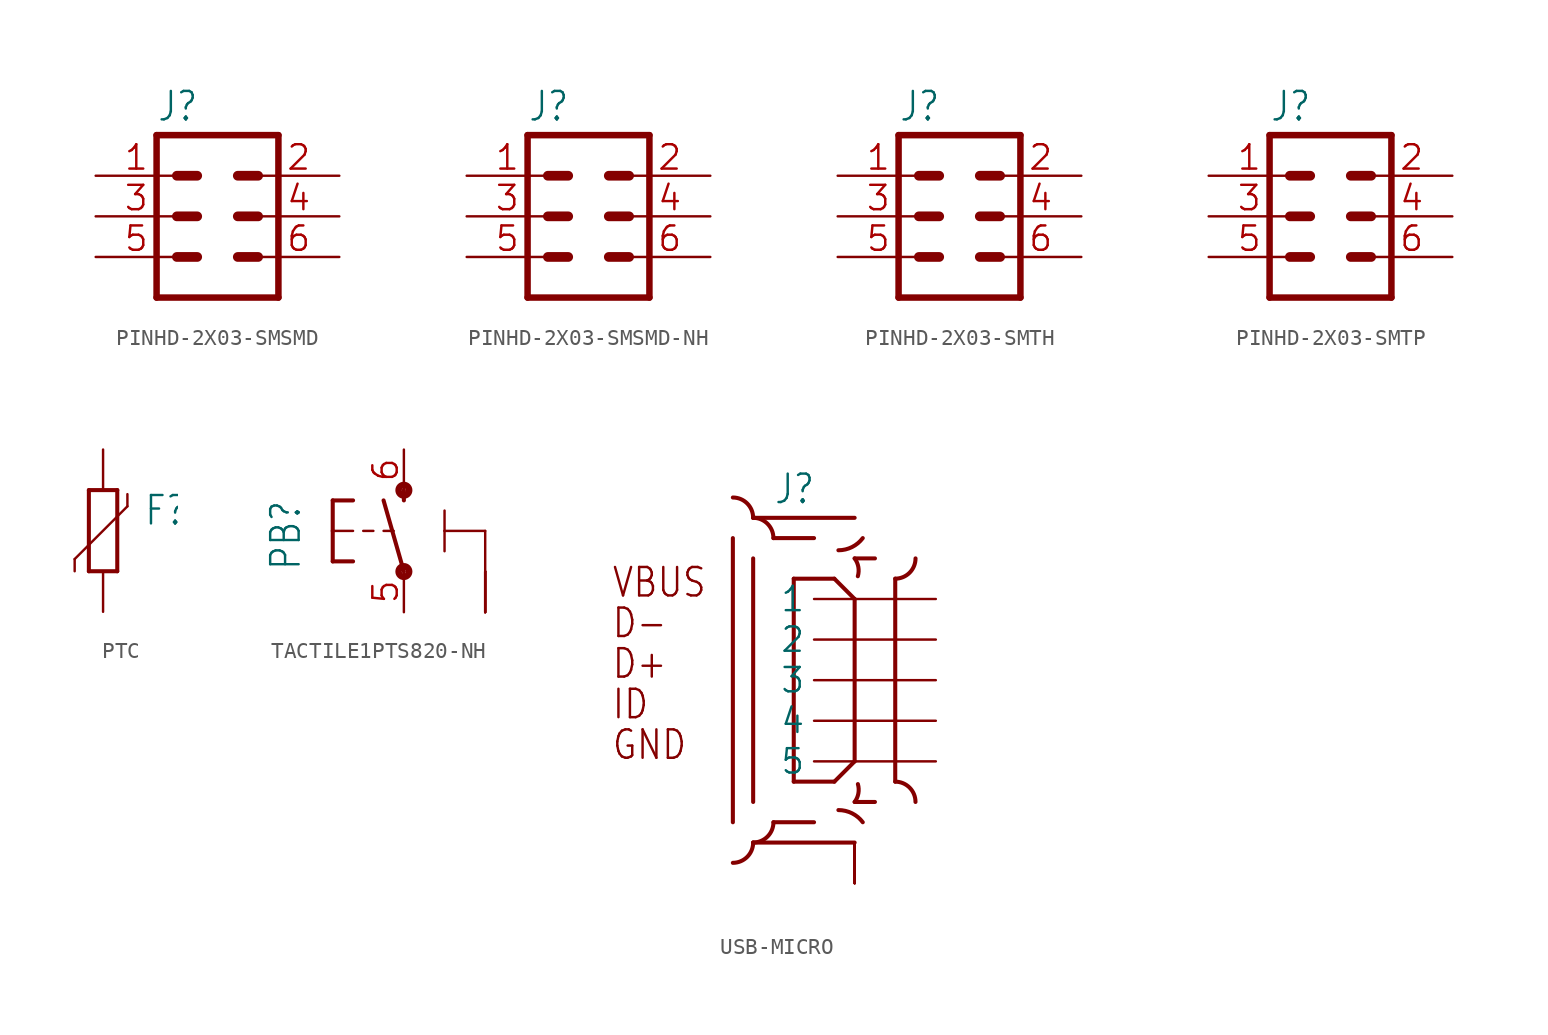
<source format=kicad_sym>
(kicad_symbol_lib
  (version 20241209)
  (generator "kicad_symbol_editor")
  (generator_version "9.0")
  (symbol "PINHD-2X03-SMSMD"
    (property "Reference" "J"
      (at -3.81 5.842 0)
      (effects (font (size 1.778 1.511)) (justify left bottom)))
    (property "ki_locked" ""
      (at 0 0 0)
      (effects (font (size 1.27 1.27))))
    (symbol "PINHD-2X03-SMSMD_1_0"
      (polyline (pts (xy -3.81 5.08) (xy -3.81 -5.08)) (stroke (width 0.406) (type solid)) (fill (type none)))
      (polyline (pts (xy -3.81 5.08) (xy 3.81 5.08)) (stroke (width 0.406) (type solid)) (fill (type none)))
      (polyline (pts (xy -2.54 2.54) (xy -1.27 2.54)) (stroke (width 0.61) (type solid)) (fill (type none)))
      (polyline (pts (xy -2.54 0) (xy -1.27 0)) (stroke (width 0.61) (type solid)) (fill (type none)))
      (polyline (pts (xy -2.54 -2.54) (xy -1.27 -2.54)) (stroke (width 0.61) (type solid)) (fill (type none)))
      (polyline (pts (xy 1.27 2.54) (xy 2.54 2.54)) (stroke (width 0.61) (type solid)) (fill (type none)))
      (polyline (pts (xy 1.27 0) (xy 2.54 0)) (stroke (width 0.61) (type solid)) (fill (type none)))
      (polyline (pts (xy 1.27 -2.54) (xy 2.54 -2.54)) (stroke (width 0.61) (type solid)) (fill (type none)))
      (polyline (pts (xy 3.81 -5.08) (xy -3.81 -5.08)) (stroke (width 0.406) (type solid)) (fill (type none)))
      (polyline (pts (xy 3.81 -5.08) (xy 3.81 5.08)) (stroke (width 0.406) (type solid)) (fill (type none)))
      (pin passive line (at -7.62 2.54 0) (length 5.08) (name "1" (effects (font (size 0 0)))) (number "1" (effects (font (size 1.524 1.524)))))
      (pin passive line (at -7.62 0 0) (length 5.08) (name "3" (effects (font (size 0 0)))) (number "3" (effects (font (size 1.524 1.524)))))
      (pin passive line (at -7.62 -2.54 0) (length 5.08) (name "5" (effects (font (size 0 0)))) (number "5" (effects (font (size 1.524 1.524)))))
      (pin passive line (at 7.62 2.54 180) (length 5.08) (name "2" (effects (font (size 0 0)))) (number "2" (effects (font (size 1.524 1.524)))))
      (pin passive line (at 7.62 0 180) (length 5.08) (name "4" (effects (font (size 0 0)))) (number "4" (effects (font (size 1.524 1.524)))))
      (pin passive line (at 7.62 -2.54 180) (length 5.08) (name "6" (effects (font (size 0 0)))) (number "6" (effects (font (size 1.524 1.524)))))))
  (symbol "PINHD-2X03-SMSMD-NH"
    (property "Reference" "J"
      (at -3.81 5.842 0)
      (effects (font (size 1.778 1.511)) (justify left bottom)))
    (property "ki_locked" ""
      (at 0 0 0)
      (effects (font (size 1.27 1.27))))
    (symbol "PINHD-2X03-SMSMD-NH_1_0"
      (polyline (pts (xy -3.81 5.08) (xy -3.81 -5.08)) (stroke (width 0.406) (type solid)) (fill (type none)))
      (polyline (pts (xy -3.81 5.08) (xy 3.81 5.08)) (stroke (width 0.406) (type solid)) (fill (type none)))
      (polyline (pts (xy -2.54 2.54) (xy -1.27 2.54)) (stroke (width 0.61) (type solid)) (fill (type none)))
      (polyline (pts (xy -2.54 0) (xy -1.27 0)) (stroke (width 0.61) (type solid)) (fill (type none)))
      (polyline (pts (xy -2.54 -2.54) (xy -1.27 -2.54)) (stroke (width 0.61) (type solid)) (fill (type none)))
      (polyline (pts (xy 1.27 2.54) (xy 2.54 2.54)) (stroke (width 0.61) (type solid)) (fill (type none)))
      (polyline (pts (xy 1.27 0) (xy 2.54 0)) (stroke (width 0.61) (type solid)) (fill (type none)))
      (polyline (pts (xy 1.27 -2.54) (xy 2.54 -2.54)) (stroke (width 0.61) (type solid)) (fill (type none)))
      (polyline (pts (xy 3.81 -5.08) (xy -3.81 -5.08)) (stroke (width 0.406) (type solid)) (fill (type none)))
      (polyline (pts (xy 3.81 -5.08) (xy 3.81 5.08)) (stroke (width 0.406) (type solid)) (fill (type none)))
      (pin passive line (at -7.62 2.54 0) (length 5.08) (name "1" (effects (font (size 0 0)))) (number "1" (effects (font (size 1.524 1.524)))))
      (pin passive line (at -7.62 0 0) (length 5.08) (name "3" (effects (font (size 0 0)))) (number "3" (effects (font (size 1.524 1.524)))))
      (pin passive line (at -7.62 -2.54 0) (length 5.08) (name "5" (effects (font (size 0 0)))) (number "5" (effects (font (size 1.524 1.524)))))
      (pin passive line (at 7.62 2.54 180) (length 5.08) (name "2" (effects (font (size 0 0)))) (number "2" (effects (font (size 1.524 1.524)))))
      (pin passive line (at 7.62 0 180) (length 5.08) (name "4" (effects (font (size 0 0)))) (number "4" (effects (font (size 1.524 1.524)))))
      (pin passive line (at 7.62 -2.54 180) (length 5.08) (name "6" (effects (font (size 0 0)))) (number "6" (effects (font (size 1.524 1.524)))))))
  (symbol "PINHD-2X03-SMTH"
    (property "Reference" "J"
      (at -3.81 5.842 0)
      (effects (font (size 1.778 1.511)) (justify left bottom)))
    (property "ki_locked" ""
      (at 0 0 0)
      (effects (font (size 1.27 1.27))))
    (symbol "PINHD-2X03-SMTH_1_0"
      (polyline (pts (xy -3.81 5.08) (xy -3.81 -5.08)) (stroke (width 0.406) (type solid)) (fill (type none)))
      (polyline (pts (xy -3.81 5.08) (xy 3.81 5.08)) (stroke (width 0.406) (type solid)) (fill (type none)))
      (polyline (pts (xy -2.54 2.54) (xy -1.27 2.54)) (stroke (width 0.61) (type solid)) (fill (type none)))
      (polyline (pts (xy -2.54 0) (xy -1.27 0)) (stroke (width 0.61) (type solid)) (fill (type none)))
      (polyline (pts (xy -2.54 -2.54) (xy -1.27 -2.54)) (stroke (width 0.61) (type solid)) (fill (type none)))
      (polyline (pts (xy 1.27 2.54) (xy 2.54 2.54)) (stroke (width 0.61) (type solid)) (fill (type none)))
      (polyline (pts (xy 1.27 0) (xy 2.54 0)) (stroke (width 0.61) (type solid)) (fill (type none)))
      (polyline (pts (xy 1.27 -2.54) (xy 2.54 -2.54)) (stroke (width 0.61) (type solid)) (fill (type none)))
      (polyline (pts (xy 3.81 -5.08) (xy -3.81 -5.08)) (stroke (width 0.406) (type solid)) (fill (type none)))
      (polyline (pts (xy 3.81 -5.08) (xy 3.81 5.08)) (stroke (width 0.406) (type solid)) (fill (type none)))
      (pin passive line (at -7.62 2.54 0) (length 5.08) (name "1" (effects (font (size 0 0)))) (number "1" (effects (font (size 1.524 1.524)))))
      (pin passive line (at -7.62 0 0) (length 5.08) (name "3" (effects (font (size 0 0)))) (number "3" (effects (font (size 1.524 1.524)))))
      (pin passive line (at -7.62 -2.54 0) (length 5.08) (name "5" (effects (font (size 0 0)))) (number "5" (effects (font (size 1.524 1.524)))))
      (pin passive line (at 7.62 2.54 180) (length 5.08) (name "2" (effects (font (size 0 0)))) (number "2" (effects (font (size 1.524 1.524)))))
      (pin passive line (at 7.62 0 180) (length 5.08) (name "4" (effects (font (size 0 0)))) (number "4" (effects (font (size 1.524 1.524)))))
      (pin passive line (at 7.62 -2.54 180) (length 5.08) (name "6" (effects (font (size 0 0)))) (number "6" (effects (font (size 1.524 1.524)))))))
  (symbol "PINHD-2X03-SMTP"
    (property "Reference" "J"
      (at -3.81 5.842 0)
      (effects (font (size 1.778 1.511)) (justify left bottom)))
    (property "ki_locked" ""
      (at 0 0 0)
      (effects (font (size 1.27 1.27))))
    (symbol "PINHD-2X03-SMTP_1_0"
      (polyline (pts (xy -3.81 5.08) (xy -3.81 -5.08)) (stroke (width 0.406) (type solid)) (fill (type none)))
      (polyline (pts (xy -3.81 5.08) (xy 3.81 5.08)) (stroke (width 0.406) (type solid)) (fill (type none)))
      (polyline (pts (xy -2.54 2.54) (xy -1.27 2.54)) (stroke (width 0.61) (type solid)) (fill (type none)))
      (polyline (pts (xy -2.54 0) (xy -1.27 0)) (stroke (width 0.61) (type solid)) (fill (type none)))
      (polyline (pts (xy -2.54 -2.54) (xy -1.27 -2.54)) (stroke (width 0.61) (type solid)) (fill (type none)))
      (polyline (pts (xy 1.27 2.54) (xy 2.54 2.54)) (stroke (width 0.61) (type solid)) (fill (type none)))
      (polyline (pts (xy 1.27 0) (xy 2.54 0)) (stroke (width 0.61) (type solid)) (fill (type none)))
      (polyline (pts (xy 1.27 -2.54) (xy 2.54 -2.54)) (stroke (width 0.61) (type solid)) (fill (type none)))
      (polyline (pts (xy 3.81 -5.08) (xy -3.81 -5.08)) (stroke (width 0.406) (type solid)) (fill (type none)))
      (polyline (pts (xy 3.81 -5.08) (xy 3.81 5.08)) (stroke (width 0.406) (type solid)) (fill (type none)))
      (pin passive line (at -7.62 2.54 0) (length 5.08) (name "1" (effects (font (size 0 0)))) (number "1" (effects (font (size 1.524 1.524)))))
      (pin passive line (at -7.62 0 0) (length 5.08) (name "3" (effects (font (size 0 0)))) (number "3" (effects (font (size 1.524 1.524)))))
      (pin passive line (at -7.62 -2.54 0) (length 5.08) (name "5" (effects (font (size 0 0)))) (number "5" (effects (font (size 1.524 1.524)))))
      (pin passive line (at 7.62 2.54 180) (length 5.08) (name "2" (effects (font (size 0 0)))) (number "2" (effects (font (size 1.524 1.524)))))
      (pin passive line (at 7.62 0 180) (length 5.08) (name "4" (effects (font (size 0 0)))) (number "4" (effects (font (size 1.524 1.524)))))
      (pin passive line (at 7.62 -2.54 180) (length 5.08) (name "6" (effects (font (size 0 0)))) (number "6" (effects (font (size 1.524 1.524)))))))
  (symbol "PTC"
    (property "Reference" "F"
      (at 2.54 0.229 0)
      (effects (font (size 1.778 1.511)) (justify left bottom)))
    (property "Value" ""
      (at 2.54 -1.905 0)
      (effects (font (size 1.778 1.511)) (justify left bottom)))
    (property "ki_locked" ""
      (at 0 0 0)
      (effects (font (size 1.27 1.27))))
    (symbol "PTC_1_0"
      (polyline (pts (xy -1.778 -1.778) (xy -1.778 -2.54)) (stroke (width 0.152) (type solid)) (fill (type none)))
      (polyline (pts (xy -0.889 2.54) (xy -0.889 -2.54)) (stroke (width 0.254) (type solid)) (fill (type none)))
      (polyline (pts (xy 0.889 2.54) (xy -0.889 2.54)) (stroke (width 0.254) (type solid)) (fill (type none)))
      (polyline (pts (xy 0.889 -2.54) (xy -0.889 -2.54)) (stroke (width 0.254) (type solid)) (fill (type none)))
      (polyline (pts (xy 0.889 -2.54) (xy 0.889 2.54)) (stroke (width 0.254) (type solid)) (fill (type none)))
      (polyline (pts (xy 1.524 2.286) (xy 1.524 1.524)) (stroke (width 0.152) (type solid)) (fill (type none)))
      (polyline (pts (xy 1.524 1.524) (xy -1.778 -1.778)) (stroke (width 0.152) (type solid)) (fill (type none)))
      (pin passive line (at 0 5.08 270) (length 2.54) (name "2" (effects (font (size 0 0)))) (number "2" (effects (font (size 0 0)))))
      (pin passive line (at 0 -5.08 90) (length 2.54) (name "1" (effects (font (size 0 0)))) (number "1" (effects (font (size 0 0)))))))
  (symbol "TACTILE1PTS820-NH"
    (property "Reference" "PB"
      (at -6.35 -2.54 90)
      (effects (font (size 1.778 1.511)) (justify left bottom)))
    (property "ki_locked" ""
      (at 0 0 0)
      (effects (font (size 1.27 1.27))))
    (symbol "TACTILE1PTS820-NH_1_0"
      (polyline (pts (xy -4.445 1.905) (xy -4.445 0)) (stroke (width 0.254) (type solid)) (fill (type none)))
      (polyline (pts (xy -4.445 1.905) (xy -3.175 1.905)) (stroke (width 0.254) (type solid)) (fill (type none)))
      (polyline (pts (xy -4.445 0) (xy -4.445 -1.905)) (stroke (width 0.254) (type solid)) (fill (type none)))
      (polyline (pts (xy -4.445 0) (xy -3.175 0)) (stroke (width 0.152) (type solid)) (fill (type none)))
      (polyline (pts (xy -4.445 -1.905) (xy -3.175 -1.905)) (stroke (width 0.254) (type solid)) (fill (type none)))
      (polyline (pts (xy -2.54 0) (xy -1.905 0)) (stroke (width 0.152) (type solid)) (fill (type none)))
      (polyline (pts (xy -1.27 0) (xy -0.635 0)) (stroke (width 0.152) (type solid)) (fill (type none)))
      (circle (center 0 2.54) (radius 0.127) (stroke (width 0.406) (type solid)) (fill (type none)))
      (polyline (pts (xy 0 1.905) (xy 0 2.54)) (stroke (width 0.254) (type solid)) (fill (type none)))
      (polyline (pts (xy 0 -2.54) (xy -1.27 1.905)) (stroke (width 0.254) (type solid)) (fill (type none)))
      (circle (center 0 -2.54) (radius 0.127) (stroke (width 0.406) (type solid)) (fill (type none)))
      (polyline (pts (xy 2.54 0) (xy 2.54 1.27)) (stroke (width 0.152) (type solid)) (fill (type none)))
      (polyline (pts (xy 2.54 0) (xy 2.54 -1.27)) (stroke (width 0.152) (type solid)) (fill (type none)))
      (polyline (pts (xy 5.08 0) (xy 2.54 0)) (stroke (width 0.152) (type solid)) (fill (type none)))
      (polyline (pts (xy 5.08 -2.54) (xy 5.08 0)) (stroke (width 0.152) (type solid)) (fill (type none)))
      (pin passive line (at 0 5.08 270) (length 2.54) (name "2" (effects (font (size 0 0)))) (number "6" (effects (font (size 1.524 1.524)))))
      (pin passive line (at 0 -5.08 90) (length 2.54) (name "1" (effects (font (size 0 0)))) (number "5" (effects (font (size 1.524 1.524)))))
      (pin power_in line (at 5.08 -5.08 90) (length 2.54) (name "3" (effects (font (size 0 0)))) (number "1" (effects (font (size 0 0)))))
      (pin power_in line (at 5.08 -5.08 90) (length 2.54) (name "3" (effects (font (size 0 0)))) (number "2" (effects (font (size 0 0)))))
      (pin power_in line (at 5.08 -5.08 90) (length 2.54) (name "3" (effects (font (size 0 0)))) (number "3" (effects (font (size 0 0)))))
      (pin power_in line (at 5.08 -5.08 90) (length 2.54) (name "3" (effects (font (size 0 0)))) (number "4" (effects (font (size 0 0)))))))
  (symbol "USB-MICRO"
    (property "Reference" "J"
      (at -2.54 10.922 0)
      (effects (font (size 1.778 1.511)) (justify left bottom)))
    (property "ki_locked" ""
      (at 0 0 0)
      (effects (font (size 1.27 1.27))))
    (symbol "USB-MICRO_1_0"
      (arc (start -5.08 11.43) (mid -4.182 11.058) (end -3.81 10.16) (stroke (width 0.254) (type solid)) (fill (type none)))
      (arc (start -3.81 -10.16) (mid -4.182 -11.058) (end -5.08 -11.43) (stroke (width 0.254) (type solid)) (fill (type none)))
      (polyline (pts (xy -5.08 -8.89) (xy -5.08 8.89)) (stroke (width 0.254) (type solid)) (fill (type none)))
      (arc (start -3.81 10.16) (mid -2.912 9.788) (end -2.54 8.89) (stroke (width 0.254) (type solid)) (fill (type none)))
      (arc (start -2.54 -8.89) (mid -2.912 -9.788) (end -3.81 -10.16) (stroke (width 0.254) (type solid)) (fill (type none)))
      (polyline (pts (xy -3.81 -7.62) (xy -3.81 7.62)) (stroke (width 0.254) (type solid)) (fill (type none)))
      (polyline (pts (xy -1.27 6.35) (xy 1.27 6.35)) (stroke (width 0.254) (type solid)) (fill (type none)))
      (polyline (pts (xy -1.27 -6.35) (xy -1.27 6.35)) (stroke (width 0.254) (type solid)) (fill (type none)))
      (polyline (pts (xy 0 8.89) (xy -2.54 8.89)) (stroke (width 0.254) (type solid)) (fill (type none)))
      (polyline (pts (xy 0 -8.89) (xy -2.54 -8.89)) (stroke (width 0.254) (type solid)) (fill (type none)))
      (polyline (pts (xy 1.27 6.35) (xy 2.54 5.08)) (stroke (width 0.254) (type solid)) (fill (type none)))
      (polyline (pts (xy 1.27 -6.35) (xy -1.27 -6.35)) (stroke (width 0.254) (type solid)) (fill (type none)))
      (arc (start 2.54 7.62) (mid 2.7735 7.0851) (end 2.7432 6.5023) (stroke (width 0.254) (type solid)) (fill (type none)))
      (arc (start 3.048 8.89) (mid 2.3759 8.3291) (end 1.524 8.128) (stroke (width 0.254) (type solid)) (fill (type none)))
      (arc (start 2.7432 -6.5023) (mid 2.7735 -7.0851) (end 2.54 -7.62) (stroke (width 0.254) (type solid)) (fill (type none)))
      (arc (start 1.524 -8.128) (mid 2.3759 -8.3291) (end 3.048 -8.89) (stroke (width 0.254) (type solid)) (fill (type none)))
      (polyline (pts (xy 2.54 10.16) (xy -3.81 10.16)) (stroke (width 0.254) (type solid)) (fill (type none)))
      (polyline (pts (xy 2.54 5.08) (xy 2.54 -5.08)) (stroke (width 0.254) (type solid)) (fill (type none)))
      (polyline (pts (xy 2.54 -5.08) (xy 1.27 -6.35)) (stroke (width 0.254) (type solid)) (fill (type none)))
      (polyline (pts (xy 2.54 -10.16) (xy -3.81 -10.16)) (stroke (width 0.254) (type solid)) (fill (type none)))
      (polyline (pts (xy 3.81 7.62) (xy 2.54 7.62)) (stroke (width 0.254) (type solid)) (fill (type none)))
      (polyline (pts (xy 3.81 -7.62) (xy 2.54 -7.62)) (stroke (width 0.254) (type solid)) (fill (type none)))
      (arc (start 6.35 7.62) (mid 5.978 6.722) (end 5.08 6.35) (stroke (width 0.254) (type solid)) (fill (type none)))
      (polyline (pts (xy 5.08 6.35) (xy 5.08 -6.35)) (stroke (width 0.254) (type solid)) (fill (type none)))
      (arc (start 5.08 -6.35) (mid 5.978 -6.722) (end 6.35 -7.62) (stroke (width 0.254) (type solid)) (fill (type none)))
      (text "VBUS" (at -12.7 5.08 0) (effects (font (size 1.778 1.511)) (justify left bottom)))
      (text "D-" (at -12.7 2.54 0) (effects (font (size 1.778 1.511)) (justify left bottom)))
      (text "D+" (at -12.7 0 0) (effects (font (size 1.778 1.511)) (justify left bottom)))
      (text "ID" (at -12.7 -2.54 0) (effects (font (size 1.778 1.511)) (justify left bottom)))
      (text "GND" (at -12.7 -5.08 0) (effects (font (size 1.778 1.511)) (justify left bottom)))
      (pin passive line (at 2.54 -12.7 90) (length 2.54) (name "SH" (effects (font (size 0 0)))) (number "10" (effects (font (size 0 0)))))
      (pin passive line (at 2.54 -12.7 90) (length 2.54) (name "SH" (effects (font (size 0 0)))) (number "11" (effects (font (size 0 0)))))
      (pin passive line (at 2.54 -12.7 90) (length 2.54) (name "SH" (effects (font (size 0 0)))) (number "6" (effects (font (size 0 0)))))
      (pin passive line (at 2.54 -12.7 90) (length 2.54) (name "SH" (effects (font (size 0 0)))) (number "7" (effects (font (size 0 0)))))
      (pin passive line (at 2.54 -12.7 90) (length 2.54) (name "SH" (effects (font (size 0 0)))) (number "8" (effects (font (size 0 0)))))
      (pin passive line (at 2.54 -12.7 90) (length 2.54) (name "SH" (effects (font (size 0 0)))) (number "9" (effects (font (size 0 0)))))
      (pin passive line (at 7.62 5.08 180) (length 7.62) (name "1" (effects (font (size 1.524 1.524)))) (number "1" (effects (font (size 0 0)))))
      (pin passive line (at 7.62 2.54 180) (length 7.62) (name "2" (effects (font (size 1.524 1.524)))) (number "2" (effects (font (size 0 0)))))
      (pin passive line (at 7.62 0 180) (length 7.62) (name "3" (effects (font (size 1.524 1.524)))) (number "3" (effects (font (size 0 0)))))
      (pin passive line (at 7.62 -2.54 180) (length 7.62) (name "4" (effects (font (size 1.524 1.524)))) (number "4" (effects (font (size 0 0)))))
      (pin passive line (at 7.62 -5.08 180) (length 7.62) (name "5" (effects (font (size 1.524 1.524)))) (number "5" (effects (font (size 0 0))))))))
</source>
